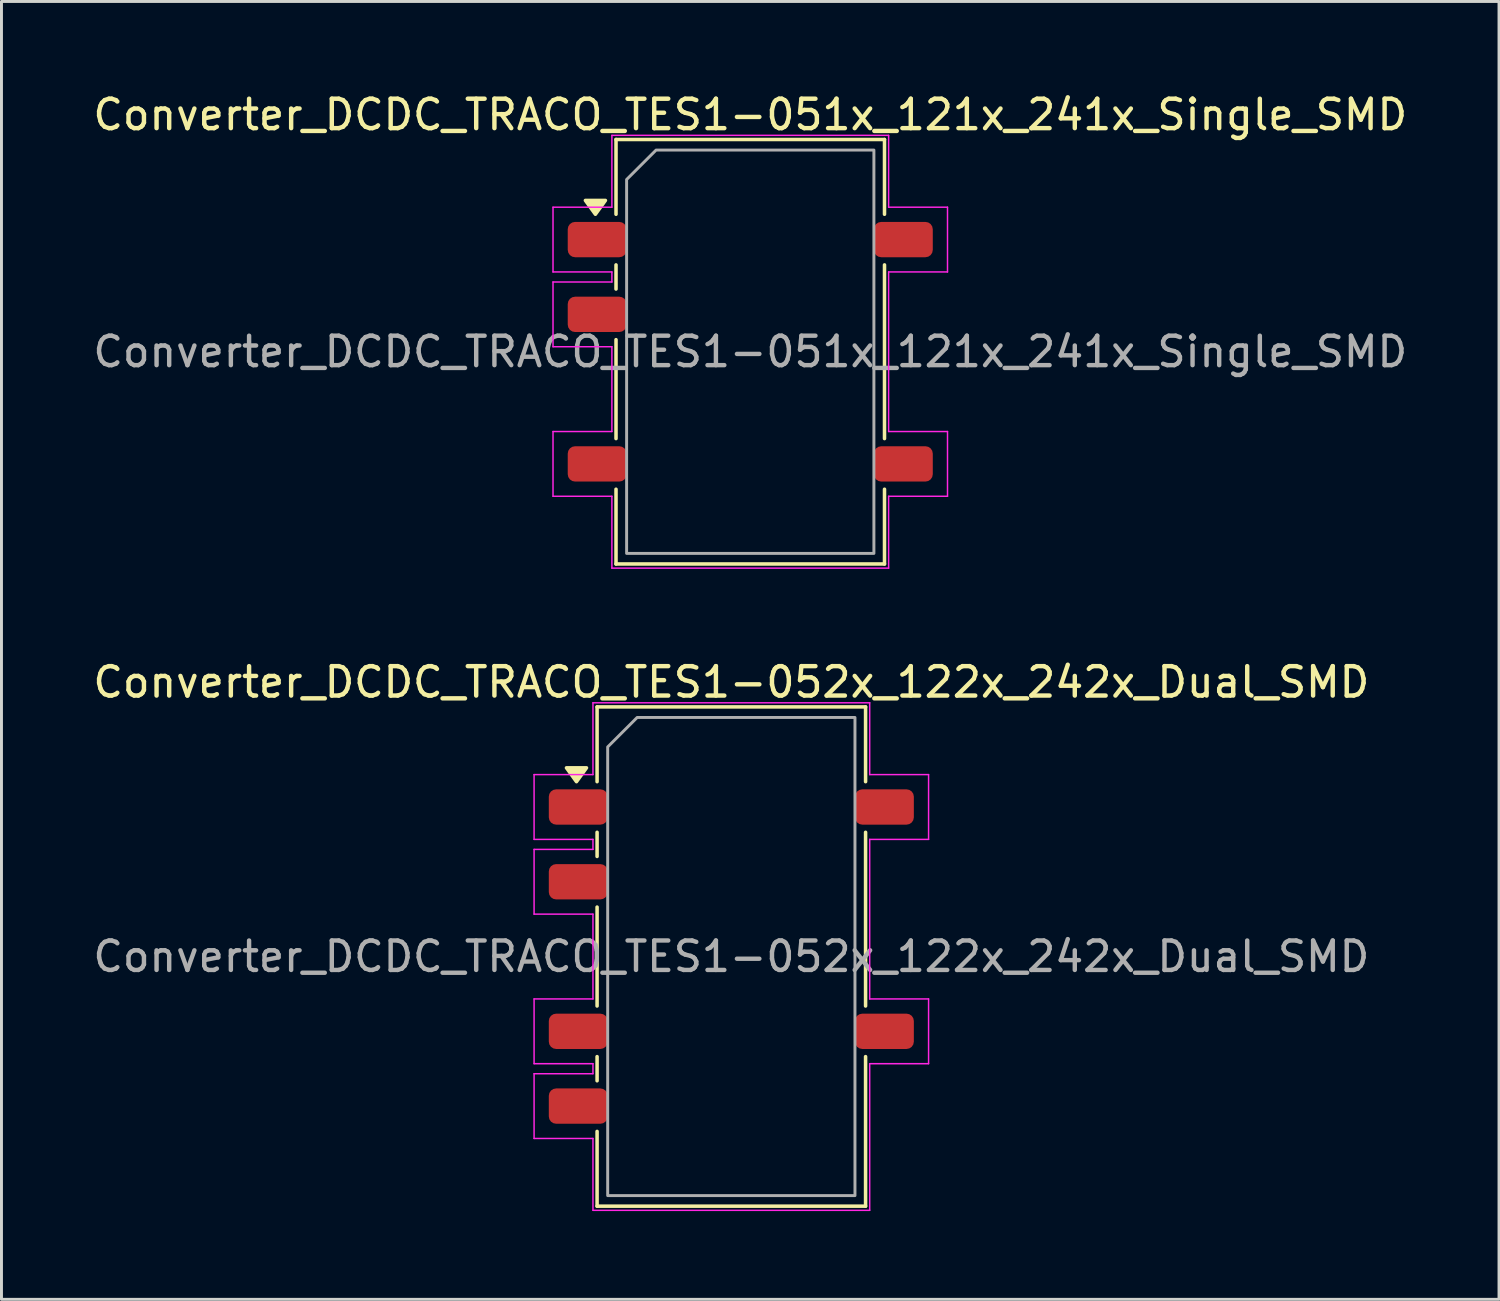
<source format=kicad_pcb>
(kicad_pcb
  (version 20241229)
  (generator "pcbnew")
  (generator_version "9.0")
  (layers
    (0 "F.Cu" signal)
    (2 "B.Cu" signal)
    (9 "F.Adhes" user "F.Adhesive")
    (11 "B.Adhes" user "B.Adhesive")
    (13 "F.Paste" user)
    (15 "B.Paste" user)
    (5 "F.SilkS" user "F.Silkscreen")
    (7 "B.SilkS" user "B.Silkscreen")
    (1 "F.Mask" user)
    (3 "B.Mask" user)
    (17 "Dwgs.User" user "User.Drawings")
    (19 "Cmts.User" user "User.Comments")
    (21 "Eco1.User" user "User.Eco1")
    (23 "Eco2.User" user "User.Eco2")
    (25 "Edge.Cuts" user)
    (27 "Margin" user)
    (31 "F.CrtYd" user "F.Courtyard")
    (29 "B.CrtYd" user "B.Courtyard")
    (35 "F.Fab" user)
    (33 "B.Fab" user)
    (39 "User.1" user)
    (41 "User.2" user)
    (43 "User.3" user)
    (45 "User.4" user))
  (footprint "Converter_DCDC_TRACO_TES1-052x_122x_242x_Dual_SMD"
    (layer "F.Cu")
    (at 21.792 29.442)
    (property "Reference" "Converter_DCDC_TRACO_TES1-052x_122x_242x_Dual_SMD" (at 0 -9.32 0) (layer "F.SilkS") (effects (font (size 1 1) (thickness 0.15))))
    (attr smd)
    (fp_line (start -4.56 -8.48) (end 4.56 -8.48) (stroke (width 0.12) (type solid)) (layer "F.SilkS"))
    (fp_line (start -4.56 -5.94) (end -4.56 -8.48) (stroke (width 0.12) (type solid)) (layer "F.SilkS"))
    (fp_line (start -4.56 -3.4) (end -4.56 -4.22) (stroke (width 0.12) (type solid)) (layer "F.SilkS"))
    (fp_line (start -4.56 1.68) (end -4.56 -1.68) (stroke (width 0.12) (type solid)) (layer "F.SilkS"))
    (fp_line (start -4.56 4.22) (end -4.56 3.4) (stroke (width 0.12) (type solid)) (layer "F.SilkS"))
    (fp_line (start -4.56 8.48) (end -4.56 5.94) (stroke (width 0.12) (type solid)) (layer "F.SilkS"))
    (fp_line (start 4.56 -8.48) (end 4.56 -5.94) (stroke (width 0.12) (type solid)) (layer "F.SilkS"))
    (fp_line (start 4.56 -4.22) (end 4.56 1.68) (stroke (width 0.12) (type solid)) (layer "F.SilkS"))
    (fp_line (start 4.56 3.4) (end 4.56 8.48) (stroke (width 0.12) (type solid)) (layer "F.SilkS"))
    (fp_line (start 4.56 8.48) (end -4.56 8.48) (stroke (width 0.12) (type solid)) (layer "F.SilkS"))
    (fp_poly (pts (xy -5.26 -5.94) (xy -5.6 -6.41) (xy -4.92 -6.41)) (stroke (width 0.12) (type solid)) (fill yes) (layer "F.SilkS"))
    (fp_line (start -6.7 -6.18) (end -4.7 -6.18) (stroke (width 0.05) (type solid)) (layer "F.CrtYd"))
    (fp_line (start -6.7 -3.98) (end -6.7 -6.18) (stroke (width 0.05) (type solid)) (layer "F.CrtYd"))
    (fp_line (start -6.7 -3.64) (end -4.7 -3.64) (stroke (width 0.05) (type solid)) (layer "F.CrtYd"))
    (fp_line (start -6.7 -1.44) (end -6.7 -3.64) (stroke (width 0.05) (type solid)) (layer "F.CrtYd"))
    (fp_line (start -6.7 1.44) (end -4.7 1.44) (stroke (width 0.05) (type solid)) (layer "F.CrtYd"))
    (fp_line (start -6.7 3.64) (end -6.7 1.44) (stroke (width 0.05) (type solid)) (layer "F.CrtYd"))
    (fp_line (start -6.7 3.98) (end -4.7 3.98) (stroke (width 0.05) (type solid)) (layer "F.CrtYd"))
    (fp_line (start -6.7 6.18) (end -6.7 3.98) (stroke (width 0.05) (type solid)) (layer "F.CrtYd"))
    (fp_line (start -4.7 -8.62) (end 4.7 -8.62) (stroke (width 0.05) (type solid)) (layer "F.CrtYd"))
    (fp_line (start -4.7 -6.18) (end -4.7 -8.62) (stroke (width 0.05) (type solid)) (layer "F.CrtYd"))
    (fp_line (start -4.7 -3.98) (end -6.7 -3.98) (stroke (width 0.05) (type solid)) (layer "F.CrtYd"))
    (fp_line (start -4.7 -3.64) (end -4.7 -3.98) (stroke (width 0.05) (type solid)) (layer "F.CrtYd"))
    (fp_line (start -4.7 -1.44) (end -6.7 -1.44) (stroke (width 0.05) (type solid)) (layer "F.CrtYd"))
    (fp_line (start -4.7 1.44) (end -4.7 -1.44) (stroke (width 0.05) (type solid)) (layer "F.CrtYd"))
    (fp_line (start -4.7 3.64) (end -6.7 3.64) (stroke (width 0.05) (type solid)) (layer "F.CrtYd"))
    (fp_line (start -4.7 3.98) (end -4.7 3.64) (stroke (width 0.05) (type solid)) (layer "F.CrtYd"))
    (fp_line (start -4.7 6.18) (end -6.7 6.18) (stroke (width 0.05) (type solid)) (layer "F.CrtYd"))
    (fp_line (start -4.7 8.62) (end -4.7 6.18) (stroke (width 0.05) (type solid)) (layer "F.CrtYd"))
    (fp_line (start 4.7 -8.62) (end 4.7 -6.18) (stroke (width 0.05) (type solid)) (layer "F.CrtYd"))
    (fp_line (start 4.7 -6.18) (end 6.7 -6.18) (stroke (width 0.05) (type solid)) (layer "F.CrtYd"))
    (fp_line (start 4.7 -3.98) (end 4.7 1.44) (stroke (width 0.05) (type solid)) (layer "F.CrtYd"))
    (fp_line (start 4.7 1.44) (end 6.7 1.44) (stroke (width 0.05) (type solid)) (layer "F.CrtYd"))
    (fp_line (start 4.7 3.64) (end 4.7 8.62) (stroke (width 0.05) (type solid)) (layer "F.CrtYd"))
    (fp_line (start 4.7 8.62) (end -4.7 8.62) (stroke (width 0.05) (type solid)) (layer "F.CrtYd"))
    (fp_line (start 6.7 -6.18) (end 6.7 -3.98) (stroke (width 0.05) (type solid)) (layer "F.CrtYd"))
    (fp_line (start 6.7 -3.98) (end 4.7 -3.98) (stroke (width 0.05) (type solid)) (layer "F.CrtYd"))
    (fp_line (start 6.7 1.44) (end 6.7 3.64) (stroke (width 0.05) (type solid)) (layer "F.CrtYd"))
    (fp_line (start 6.7 3.64) (end 4.7 3.64) (stroke (width 0.05) (type solid)) (layer "F.CrtYd"))
    (fp_poly (pts (xy -4.2 -7.12) (xy -4.2 8.12) (xy 4.2 8.12) (xy 4.2 -8.12) (xy -3.2 -8.12)) (stroke (width 0.1) (type solid)) (fill no) (layer "F.Fab"))
    (fp_text user "${REFERENCE}" (at 0 0 0) (layer "F.Fab") (effects (font (size 1 1) (thickness 0.15))))
    (pad "1" smd roundrect (at -5.2 -5.08) (size 2 1.2) (layers "F.Cu" "F.Mask" "F.Paste") (roundrect_rratio 0.208))
    (pad "2" smd roundrect (at -5.2 -2.54) (size 2 1.2) (layers "F.Cu" "F.Mask" "F.Paste") (roundrect_rratio 0.208))
    (pad "4" smd roundrect (at -5.2 2.54) (size 2 1.2) (layers "F.Cu" "F.Mask" "F.Paste") (roundrect_rratio 0.208))
    (pad "5" smd roundrect (at -5.2 5.08) (size 2 1.2) (layers "F.Cu" "F.Mask" "F.Paste") (roundrect_rratio 0.208))
    (pad "7" smd roundrect (at 5.2 2.54) (size 2 1.2) (layers "F.Cu" "F.Mask" "F.Paste") (roundrect_rratio 0.208))
    (pad "10" smd roundrect (at 5.2 -5.08) (size 2 1.2) (layers "F.Cu" "F.Mask" "F.Paste") (roundrect_rratio 0.208)))
  (footprint "Converter_DCDC_TRACO_TES1-051x_121x_241x_Single_SMD"
    (layer "F.Cu")
    (at 22.435 8.898)
    (property "Reference" "Converter_DCDC_TRACO_TES1-051x_121x_241x_Single_SMD" (at 0 -8.05 0) (layer "F.SilkS") (effects (font (size 1 1) (thickness 0.15))))
    (attr smd)
    (fp_line (start -4.56 -7.21) (end 4.56 -7.21) (stroke (width 0.12) (type solid)) (layer "F.SilkS"))
    (fp_line (start -4.56 -4.67) (end -4.56 -7.21) (stroke (width 0.12) (type solid)) (layer "F.SilkS"))
    (fp_line (start -4.56 -2.13) (end -4.56 -2.95) (stroke (width 0.12) (type solid)) (layer "F.SilkS"))
    (fp_line (start -4.56 2.95) (end -4.56 -0.41) (stroke (width 0.12) (type solid)) (layer "F.SilkS"))
    (fp_line (start -4.56 7.21) (end -4.56 4.67) (stroke (width 0.12) (type solid)) (layer "F.SilkS"))
    (fp_line (start 4.56 -7.21) (end 4.56 -4.67) (stroke (width 0.12) (type solid)) (layer "F.SilkS"))
    (fp_line (start 4.56 -2.95) (end 4.56 2.95) (stroke (width 0.12) (type solid)) (layer "F.SilkS"))
    (fp_line (start 4.56 4.67) (end 4.56 7.21) (stroke (width 0.12) (type solid)) (layer "F.SilkS"))
    (fp_line (start 4.56 7.21) (end -4.56 7.21) (stroke (width 0.12) (type solid)) (layer "F.SilkS"))
    (fp_poly (pts (xy -5.26 -4.67) (xy -5.6 -5.14) (xy -4.92 -5.14)) (stroke (width 0.12) (type solid)) (fill yes) (layer "F.SilkS"))
    (fp_line (start -6.7 -4.91) (end -4.7 -4.91) (stroke (width 0.05) (type solid)) (layer "F.CrtYd"))
    (fp_line (start -6.7 -2.71) (end -6.7 -4.91) (stroke (width 0.05) (type solid)) (layer "F.CrtYd"))
    (fp_line (start -6.7 -2.37) (end -4.7 -2.37) (stroke (width 0.05) (type solid)) (layer "F.CrtYd"))
    (fp_line (start -6.7 -0.17) (end -6.7 -2.37) (stroke (width 0.05) (type solid)) (layer "F.CrtYd"))
    (fp_line (start -6.7 2.71) (end -4.7 2.71) (stroke (width 0.05) (type solid)) (layer "F.CrtYd"))
    (fp_line (start -6.7 4.91) (end -6.7 2.71) (stroke (width 0.05) (type solid)) (layer "F.CrtYd"))
    (fp_line (start -4.7 -7.35) (end 4.7 -7.35) (stroke (width 0.05) (type solid)) (layer "F.CrtYd"))
    (fp_line (start -4.7 -4.91) (end -4.7 -7.35) (stroke (width 0.05) (type solid)) (layer "F.CrtYd"))
    (fp_line (start -4.7 -2.71) (end -6.7 -2.71) (stroke (width 0.05) (type solid)) (layer "F.CrtYd"))
    (fp_line (start -4.7 -2.37) (end -4.7 -2.71) (stroke (width 0.05) (type solid)) (layer "F.CrtYd"))
    (fp_line (start -4.7 -0.17) (end -6.7 -0.17) (stroke (width 0.05) (type solid)) (layer "F.CrtYd"))
    (fp_line (start -4.7 2.71) (end -4.7 -0.17) (stroke (width 0.05) (type solid)) (layer "F.CrtYd"))
    (fp_line (start -4.7 4.91) (end -6.7 4.91) (stroke (width 0.05) (type solid)) (layer "F.CrtYd"))
    (fp_line (start -4.7 7.35) (end -4.7 4.91) (stroke (width 0.05) (type solid)) (layer "F.CrtYd"))
    (fp_line (start 4.7 -7.35) (end 4.7 -4.91) (stroke (width 0.05) (type solid)) (layer "F.CrtYd"))
    (fp_line (start 4.7 -4.91) (end 6.7 -4.91) (stroke (width 0.05) (type solid)) (layer "F.CrtYd"))
    (fp_line (start 4.7 -2.71) (end 4.7 2.71) (stroke (width 0.05) (type solid)) (layer "F.CrtYd"))
    (fp_line (start 4.7 2.71) (end 6.7 2.71) (stroke (width 0.05) (type solid)) (layer "F.CrtYd"))
    (fp_line (start 4.7 4.91) (end 4.7 7.35) (stroke (width 0.05) (type solid)) (layer "F.CrtYd"))
    (fp_line (start 4.7 7.35) (end -4.7 7.35) (stroke (width 0.05) (type solid)) (layer "F.CrtYd"))
    (fp_line (start 6.7 -4.91) (end 6.7 -2.71) (stroke (width 0.05) (type solid)) (layer "F.CrtYd"))
    (fp_line (start 6.7 -2.71) (end 4.7 -2.71) (stroke (width 0.05) (type solid)) (layer "F.CrtYd"))
    (fp_line (start 6.7 2.71) (end 6.7 4.91) (stroke (width 0.05) (type solid)) (layer "F.CrtYd"))
    (fp_line (start 6.7 4.91) (end 4.7 4.91) (stroke (width 0.05) (type solid)) (layer "F.CrtYd"))
    (fp_poly (pts (xy -4.2 -5.85) (xy -4.2 6.85) (xy 4.2 6.85) (xy 4.2 -6.85) (xy -3.2 -6.85)) (stroke (width 0.1) (type solid)) (fill no) (layer "F.Fab"))
    (fp_text user "${REFERENCE}" (at 0 0 0) (layer "F.Fab") (effects (font (size 1 1) (thickness 0.15))))
    (pad "1" smd roundrect (at -5.2 -3.81) (size 2 1.2) (layers "F.Cu" "F.Mask" "F.Paste") (roundrect_rratio 0.208))
    (pad "2" smd roundrect (at -5.2 -1.27) (size 2 1.2) (layers "F.Cu" "F.Mask" "F.Paste") (roundrect_rratio 0.208))
    (pad "4" smd roundrect (at -5.2 3.81) (size 2 1.2) (layers "F.Cu" "F.Mask" "F.Paste") (roundrect_rratio 0.208))
    (pad "5" smd roundrect (at 5.2 3.81) (size 2 1.2) (layers "F.Cu" "F.Mask" "F.Paste") (roundrect_rratio 0.208))
    (pad "8" smd roundrect (at 5.2 -3.81) (size 2 1.2) (layers "F.Cu" "F.Mask" "F.Paste") (roundrect_rratio 0.208)))
  (gr_rect
    (start -3 -3)
    (end 47.869 41.087)
    (stroke (width 0.1) (type default))
    (fill no)
    (layer "Edge.Cuts")))
</source>
